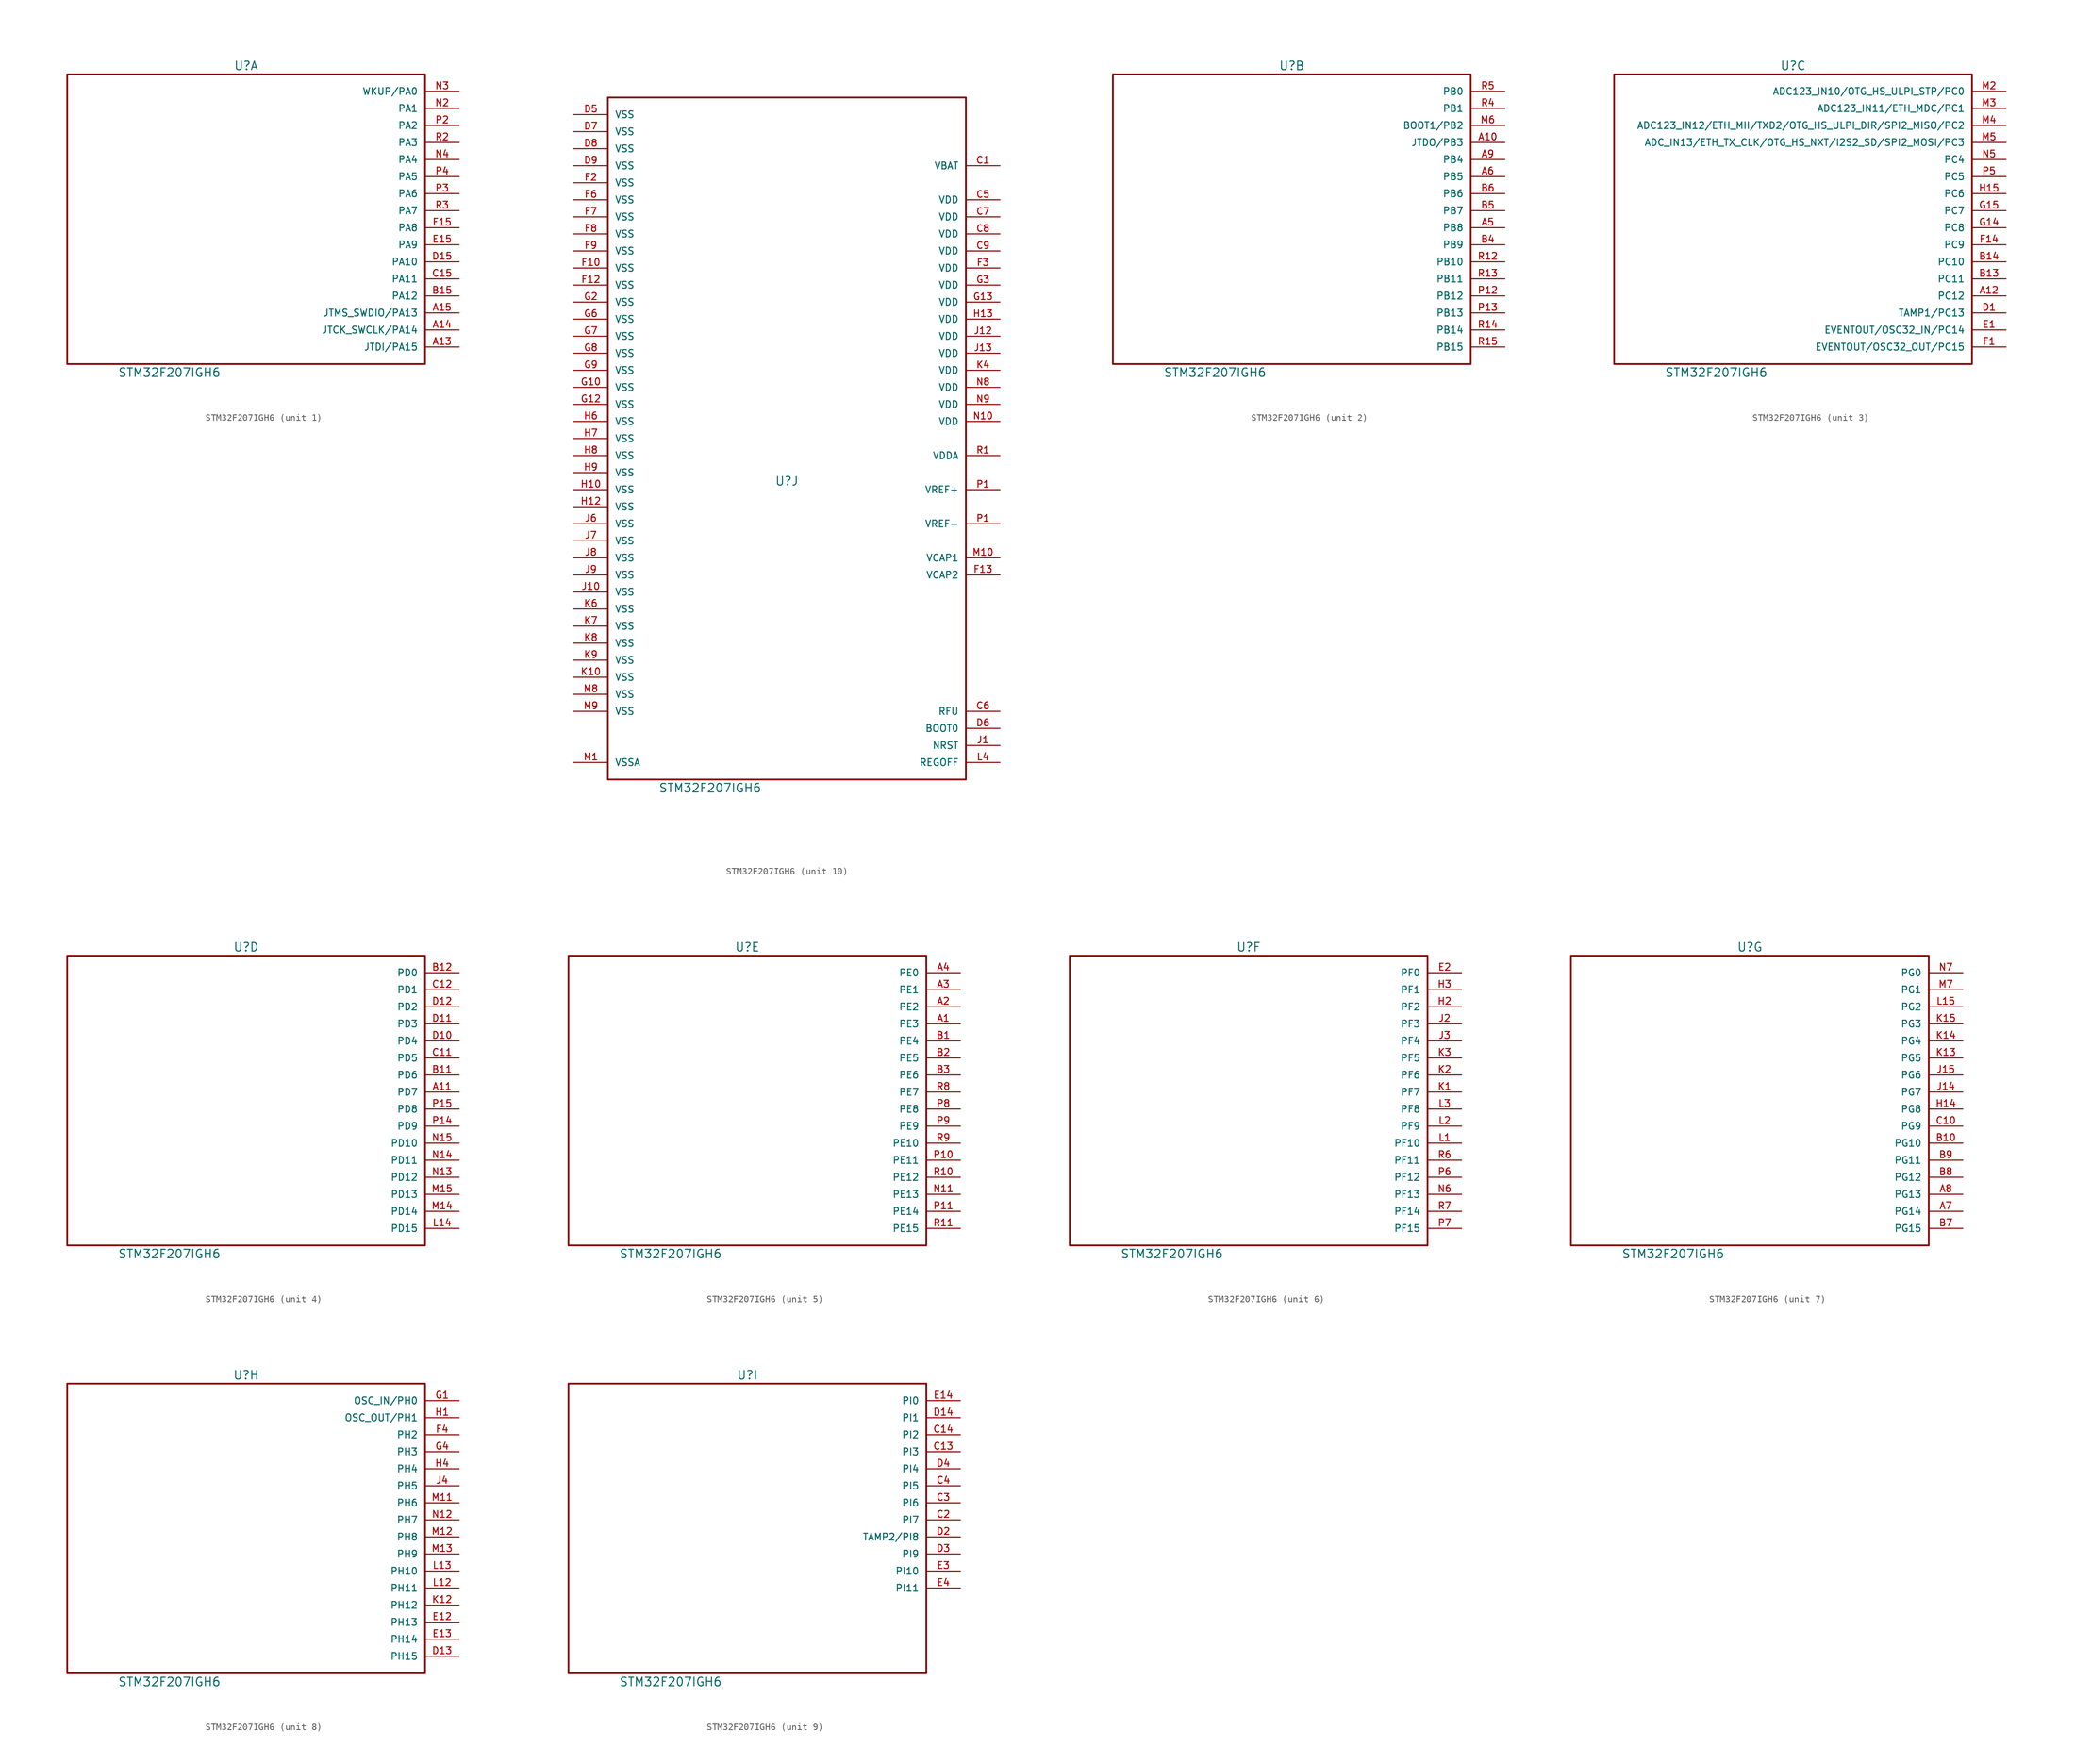
<source format=kicad_sym>
(kicad_symbol_lib
  (version 20220914)
  (generator kicad_symbol_editor)
  (symbol "STM32F207IGH6"
    (pin_names
      (offset 1.016))
    (property "Reference" "U"
      (at 26.67 44.45 0)
      (effects (font (size 1.27 1.27))))
    (property "Value" "STM32F207IGH6"
      (at 15.24 -1.27 0)
      (effects (font (size 1.27 1.27))))
    (property "ki_locked" ""
      (at 0 0 0)
      (effects (font (size 1.27 1.27))))
    (symbol "STM32F207IGH6_1_1"
      (rectangle (start 0 43.18) (end 53.34 0) (stroke (width 0.254) (type solid)) (fill (type none)))
      (pin bidirectional line (at 58.42 2.54 180) (length 5.08) (name "JTDI/PA15" (effects (font (size 1.016 1.016)))) (number "A13" (effects (font (size 1.016 1.016)))))
      (pin bidirectional line (at 58.42 5.08 180) (length 5.08) (name "JTCK_SWCLK/PA14" (effects (font (size 1.016 1.016)))) (number "A14" (effects (font (size 1.016 1.016)))))
      (pin bidirectional line (at 58.42 7.62 180) (length 5.08) (name "JTMS_SWDIO/PA13" (effects (font (size 1.016 1.016)))) (number "A15" (effects (font (size 1.016 1.016)))))
      (pin bidirectional line (at 58.42 10.16 180) (length 5.08) (name "PA12" (effects (font (size 1.016 1.016)))) (number "B15" (effects (font (size 1.016 1.016)))))
      (pin bidirectional line (at 58.42 12.7 180) (length 5.08) (name "PA11" (effects (font (size 1.016 1.016)))) (number "C15" (effects (font (size 1.016 1.016)))))
      (pin bidirectional line (at 58.42 15.24 180) (length 5.08) (name "PA10" (effects (font (size 1.016 1.016)))) (number "D15" (effects (font (size 1.016 1.016)))))
      (pin bidirectional line (at 58.42 17.78 180) (length 5.08) (name "PA9" (effects (font (size 1.016 1.016)))) (number "E15" (effects (font (size 1.016 1.016)))))
      (pin bidirectional line (at 58.42 20.32 180) (length 5.08) (name "PA8" (effects (font (size 1.016 1.016)))) (number "F15" (effects (font (size 1.016 1.016)))))
      (pin bidirectional line (at 58.42 38.1 180) (length 5.08) (name "PA1" (effects (font (size 1.016 1.016)))) (number "N2" (effects (font (size 1.016 1.016)))))
      (pin bidirectional line (at 58.42 40.64 180) (length 5.08) (name "WKUP/PA0" (effects (font (size 1.016 1.016)))) (number "N3" (effects (font (size 1.016 1.016)))))
      (pin bidirectional line (at 58.42 30.48 180) (length 5.08) (name "PA4" (effects (font (size 1.016 1.016)))) (number "N4" (effects (font (size 1.016 1.016)))))
      (pin bidirectional line (at 58.42 35.56 180) (length 5.08) (name "PA2" (effects (font (size 1.016 1.016)))) (number "P2" (effects (font (size 1.016 1.016)))))
      (pin bidirectional line (at 58.42 25.4 180) (length 5.08) (name "PA6" (effects (font (size 1.016 1.016)))) (number "P3" (effects (font (size 1.016 1.016)))))
      (pin bidirectional line (at 58.42 27.94 180) (length 5.08) (name "PA5" (effects (font (size 1.016 1.016)))) (number "P4" (effects (font (size 1.016 1.016)))))
      (pin bidirectional line (at 58.42 33.02 180) (length 5.08) (name "PA3" (effects (font (size 1.016 1.016)))) (number "R2" (effects (font (size 1.016 1.016)))))
      (pin bidirectional line (at 58.42 22.86 180) (length 5.08) (name "PA7" (effects (font (size 1.016 1.016)))) (number "R3" (effects (font (size 1.016 1.016))))))
    (symbol "STM32F207IGH6_2_1"
      (rectangle (start 53.34 0) (end 0 43.18) (stroke (width 0.254) (type solid)) (fill (type none)))
      (pin bidirectional line (at 58.42 33.02 180) (length 5.08) (name "JTDO/PB3" (effects (font (size 1.016 1.016)))) (number "A10" (effects (font (size 1.016 1.016)))))
      (pin bidirectional line (at 58.42 20.32 180) (length 5.08) (name "PB8" (effects (font (size 1.016 1.016)))) (number "A5" (effects (font (size 1.016 1.016)))))
      (pin bidirectional line (at 58.42 27.94 180) (length 5.08) (name "PB5" (effects (font (size 1.016 1.016)))) (number "A6" (effects (font (size 1.016 1.016)))))
      (pin bidirectional line (at 58.42 30.48 180) (length 5.08) (name "PB4" (effects (font (size 1.016 1.016)))) (number "A9" (effects (font (size 1.016 1.016)))))
      (pin bidirectional line (at 58.42 17.78 180) (length 5.08) (name "PB9" (effects (font (size 1.016 1.016)))) (number "B4" (effects (font (size 1.016 1.016)))))
      (pin bidirectional line (at 58.42 22.86 180) (length 5.08) (name "PB7" (effects (font (size 1.016 1.016)))) (number "B5" (effects (font (size 1.016 1.016)))))
      (pin bidirectional line (at 58.42 25.4 180) (length 5.08) (name "PB6" (effects (font (size 1.016 1.016)))) (number "B6" (effects (font (size 1.016 1.016)))))
      (pin bidirectional line (at 58.42 35.56 180) (length 5.08) (name "BOOT1/PB2" (effects (font (size 1.016 1.016)))) (number "M6" (effects (font (size 1.016 1.016)))))
      (pin bidirectional line (at 58.42 10.16 180) (length 5.08) (name "PB12" (effects (font (size 1.016 1.016)))) (number "P12" (effects (font (size 1.016 1.016)))))
      (pin bidirectional line (at 58.42 7.62 180) (length 5.08) (name "PB13" (effects (font (size 1.016 1.016)))) (number "P13" (effects (font (size 1.016 1.016)))))
      (pin bidirectional line (at 58.42 15.24 180) (length 5.08) (name "PB10" (effects (font (size 1.016 1.016)))) (number "R12" (effects (font (size 1.016 1.016)))))
      (pin bidirectional line (at 58.42 12.7 180) (length 5.08) (name "PB11" (effects (font (size 1.016 1.016)))) (number "R13" (effects (font (size 1.016 1.016)))))
      (pin bidirectional line (at 58.42 5.08 180) (length 5.08) (name "PB14" (effects (font (size 1.016 1.016)))) (number "R14" (effects (font (size 1.016 1.016)))))
      (pin bidirectional line (at 58.42 2.54 180) (length 5.08) (name "PB15" (effects (font (size 1.016 1.016)))) (number "R15" (effects (font (size 1.016 1.016)))))
      (pin bidirectional line (at 58.42 38.1 180) (length 5.08) (name "PB1" (effects (font (size 1.016 1.016)))) (number "R4" (effects (font (size 1.016 1.016)))))
      (pin bidirectional line (at 58.42 40.64 180) (length 5.08) (name "PB0" (effects (font (size 1.016 1.016)))) (number "R5" (effects (font (size 1.016 1.016))))))
    (symbol "STM32F207IGH6_3_1"
      (rectangle (start 53.34 0) (end 0 43.18) (stroke (width 0.254) (type solid)) (fill (type none)))
      (pin bidirectional line (at 58.42 10.16 180) (length 5.08) (name "PC12" (effects (font (size 1.016 1.016)))) (number "A12" (effects (font (size 1.016 1.016)))))
      (pin bidirectional line (at 58.42 12.7 180) (length 5.08) (name "PC11" (effects (font (size 1.016 1.016)))) (number "B13" (effects (font (size 1.016 1.016)))))
      (pin bidirectional line (at 58.42 15.24 180) (length 5.08) (name "PC10" (effects (font (size 1.016 1.016)))) (number "B14" (effects (font (size 1.016 1.016)))))
      (pin bidirectional line (at 58.42 7.62 180) (length 5.08) (name "TAMP1/PC13" (effects (font (size 1.016 1.016)))) (number "D1" (effects (font (size 1.016 1.016)))))
      (pin bidirectional line (at 58.42 5.08 180) (length 5.08) (name "EVENTOUT/OSC32_IN/PC14" (effects (font (size 1.016 1.016)))) (number "E1" (effects (font (size 1.016 1.016)))))
      (pin bidirectional line (at 58.42 2.54 180) (length 5.08) (name "EVENTOUT/OSC32_OUT/PC15" (effects (font (size 1.016 1.016)))) (number "F1" (effects (font (size 1.016 1.016)))))
      (pin bidirectional line (at 58.42 17.78 180) (length 5.08) (name "PC9" (effects (font (size 1.016 1.016)))) (number "F14" (effects (font (size 1.016 1.016)))))
      (pin bidirectional line (at 58.42 20.32 180) (length 5.08) (name "PC8" (effects (font (size 1.016 1.016)))) (number "G14" (effects (font (size 1.016 1.016)))))
      (pin bidirectional line (at 58.42 22.86 180) (length 5.08) (name "PC7" (effects (font (size 1.016 1.016)))) (number "G15" (effects (font (size 1.016 1.016)))))
      (pin bidirectional line (at 58.42 25.4 180) (length 5.08) (name "PC6" (effects (font (size 1.016 1.016)))) (number "H15" (effects (font (size 1.016 1.016)))))
      (pin bidirectional line (at 58.42 40.64 180) (length 5.08) (name "ADC123_IN10/OTG_HS_ULPI_STP/PC0" (effects (font (size 1.016 1.016)))) (number "M2" (effects (font (size 1.016 1.016)))))
      (pin bidirectional line (at 58.42 38.1 180) (length 5.08) (name "ADC123_IN11/ETH_MDC/PC1" (effects (font (size 1.016 1.016)))) (number "M3" (effects (font (size 1.016 1.016)))))
      (pin bidirectional line (at 58.42 35.56 180) (length 5.08) (name "ADC123_IN12/ETH_MII/TXD2/OTG_HS_ULPI_DIR/SPI2_MISO/PC2" (effects (font (size 1.016 1.016)))) (number "M4" (effects (font (size 1.016 1.016)))))
      (pin bidirectional line (at 58.42 33.02 180) (length 5.08) (name "ADC_IN13/ETH_TX_CLK/OTG_HS_NXT/I2S2_SD/SPI2_MOSI/PC3" (effects (font (size 1.016 1.016)))) (number "M5" (effects (font (size 1.016 1.016)))))
      (pin bidirectional line (at 58.42 30.48 180) (length 5.08) (name "PC4" (effects (font (size 1.016 1.016)))) (number "N5" (effects (font (size 1.016 1.016)))))
      (pin bidirectional line (at 58.42 27.94 180) (length 5.08) (name "PC5" (effects (font (size 1.016 1.016)))) (number "P5" (effects (font (size 1.016 1.016))))))
    (symbol "STM32F207IGH6_4_1"
      (rectangle (start 53.34 0) (end 0 43.18) (stroke (width 0.254) (type solid)) (fill (type none)))
      (pin bidirectional line (at 58.42 22.86 180) (length 5.08) (name "PD7" (effects (font (size 1.016 1.016)))) (number "A11" (effects (font (size 1.016 1.016)))))
      (pin bidirectional line (at 58.42 25.4 180) (length 5.08) (name "PD6" (effects (font (size 1.016 1.016)))) (number "B11" (effects (font (size 1.016 1.016)))))
      (pin bidirectional line (at 58.42 40.64 180) (length 5.08) (name "PD0" (effects (font (size 1.016 1.016)))) (number "B12" (effects (font (size 1.016 1.016)))))
      (pin bidirectional line (at 58.42 27.94 180) (length 5.08) (name "PD5" (effects (font (size 1.016 1.016)))) (number "C11" (effects (font (size 1.016 1.016)))))
      (pin bidirectional line (at 58.42 38.1 180) (length 5.08) (name "PD1" (effects (font (size 1.016 1.016)))) (number "C12" (effects (font (size 1.016 1.016)))))
      (pin bidirectional line (at 58.42 30.48 180) (length 5.08) (name "PD4" (effects (font (size 1.016 1.016)))) (number "D10" (effects (font (size 1.016 1.016)))))
      (pin bidirectional line (at 58.42 33.02 180) (length 5.08) (name "PD3" (effects (font (size 1.016 1.016)))) (number "D11" (effects (font (size 1.016 1.016)))))
      (pin bidirectional line (at 58.42 35.56 180) (length 5.08) (name "PD2" (effects (font (size 1.016 1.016)))) (number "D12" (effects (font (size 1.016 1.016)))))
      (pin bidirectional line (at 58.42 2.54 180) (length 5.08) (name "PD15" (effects (font (size 1.016 1.016)))) (number "L14" (effects (font (size 1.016 1.016)))))
      (pin bidirectional line (at 58.42 5.08 180) (length 5.08) (name "PD14" (effects (font (size 1.016 1.016)))) (number "M14" (effects (font (size 1.016 1.016)))))
      (pin bidirectional line (at 58.42 7.62 180) (length 5.08) (name "PD13" (effects (font (size 1.016 1.016)))) (number "M15" (effects (font (size 1.016 1.016)))))
      (pin bidirectional line (at 58.42 10.16 180) (length 5.08) (name "PD12" (effects (font (size 1.016 1.016)))) (number "N13" (effects (font (size 1.016 1.016)))))
      (pin bidirectional line (at 58.42 12.7 180) (length 5.08) (name "PD11" (effects (font (size 1.016 1.016)))) (number "N14" (effects (font (size 1.016 1.016)))))
      (pin bidirectional line (at 58.42 15.24 180) (length 5.08) (name "PD10" (effects (font (size 1.016 1.016)))) (number "N15" (effects (font (size 1.016 1.016)))))
      (pin bidirectional line (at 58.42 17.78 180) (length 5.08) (name "PD9" (effects (font (size 1.016 1.016)))) (number "P14" (effects (font (size 1.016 1.016)))))
      (pin bidirectional line (at 58.42 20.32 180) (length 5.08) (name "PD8" (effects (font (size 1.016 1.016)))) (number "P15" (effects (font (size 1.016 1.016))))))
    (symbol "STM32F207IGH6_5_1"
      (rectangle (start 0 43.18) (end 53.34 0) (stroke (width 0.254) (type solid)) (fill (type none)))
      (pin bidirectional line (at 58.42 33.02 180) (length 5.08) (name "PE3" (effects (font (size 1.016 1.016)))) (number "A1" (effects (font (size 1.016 1.016)))))
      (pin bidirectional line (at 58.42 35.56 180) (length 5.08) (name "PE2" (effects (font (size 1.016 1.016)))) (number "A2" (effects (font (size 1.016 1.016)))))
      (pin bidirectional line (at 58.42 38.1 180) (length 5.08) (name "PE1" (effects (font (size 1.016 1.016)))) (number "A3" (effects (font (size 1.016 1.016)))))
      (pin bidirectional line (at 58.42 40.64 180) (length 5.08) (name "PE0" (effects (font (size 1.016 1.016)))) (number "A4" (effects (font (size 1.016 1.016)))))
      (pin bidirectional line (at 58.42 30.48 180) (length 5.08) (name "PE4" (effects (font (size 1.016 1.016)))) (number "B1" (effects (font (size 1.016 1.016)))))
      (pin bidirectional line (at 58.42 27.94 180) (length 5.08) (name "PE5" (effects (font (size 1.016 1.016)))) (number "B2" (effects (font (size 1.016 1.016)))))
      (pin bidirectional line (at 58.42 25.4 180) (length 5.08) (name "PE6" (effects (font (size 1.016 1.016)))) (number "B3" (effects (font (size 1.016 1.016)))))
      (pin bidirectional line (at 58.42 7.62 180) (length 5.08) (name "PE13" (effects (font (size 1.016 1.016)))) (number "N11" (effects (font (size 1.016 1.016)))))
      (pin bidirectional line (at 58.42 12.7 180) (length 5.08) (name "PE11" (effects (font (size 1.016 1.016)))) (number "P10" (effects (font (size 1.016 1.016)))))
      (pin bidirectional line (at 58.42 5.08 180) (length 5.08) (name "PE14" (effects (font (size 1.016 1.016)))) (number "P11" (effects (font (size 1.016 1.016)))))
      (pin bidirectional line (at 58.42 20.32 180) (length 5.08) (name "PE8" (effects (font (size 1.016 1.016)))) (number "P8" (effects (font (size 1.016 1.016)))))
      (pin bidirectional line (at 58.42 17.78 180) (length 5.08) (name "PE9" (effects (font (size 1.016 1.016)))) (number "P9" (effects (font (size 1.016 1.016)))))
      (pin bidirectional line (at 58.42 10.16 180) (length 5.08) (name "PE12" (effects (font (size 1.016 1.016)))) (number "R10" (effects (font (size 1.016 1.016)))))
      (pin bidirectional line (at 58.42 2.54 180) (length 5.08) (name "PE15" (effects (font (size 1.016 1.016)))) (number "R11" (effects (font (size 1.016 1.016)))))
      (pin bidirectional line (at 58.42 22.86 180) (length 5.08) (name "PE7" (effects (font (size 1.016 1.016)))) (number "R8" (effects (font (size 1.016 1.016)))))
      (pin bidirectional line (at 58.42 15.24 180) (length 5.08) (name "PE10" (effects (font (size 1.016 1.016)))) (number "R9" (effects (font (size 1.016 1.016))))))
    (symbol "STM32F207IGH6_6_1"
      (rectangle (start 0 43.18) (end 53.34 0) (stroke (width 0.254) (type solid)) (fill (type none)))
      (pin bidirectional line (at 58.42 40.64 180) (length 5.08) (name "PF0" (effects (font (size 1.016 1.016)))) (number "E2" (effects (font (size 1.016 1.016)))))
      (pin bidirectional line (at 58.42 35.56 180) (length 5.08) (name "PF2" (effects (font (size 1.016 1.016)))) (number "H2" (effects (font (size 1.016 1.016)))))
      (pin bidirectional line (at 58.42 38.1 180) (length 5.08) (name "PF1" (effects (font (size 1.016 1.016)))) (number "H3" (effects (font (size 1.016 1.016)))))
      (pin bidirectional line (at 58.42 33.02 180) (length 5.08) (name "PF3" (effects (font (size 1.016 1.016)))) (number "J2" (effects (font (size 1.016 1.016)))))
      (pin bidirectional line (at 58.42 30.48 180) (length 5.08) (name "PF4" (effects (font (size 1.016 1.016)))) (number "J3" (effects (font (size 1.016 1.016)))))
      (pin bidirectional line (at 58.42 22.86 180) (length 5.08) (name "PF7" (effects (font (size 1.016 1.016)))) (number "K1" (effects (font (size 1.016 1.016)))))
      (pin bidirectional line (at 58.42 25.4 180) (length 5.08) (name "PF6" (effects (font (size 1.016 1.016)))) (number "K2" (effects (font (size 1.016 1.016)))))
      (pin bidirectional line (at 58.42 27.94 180) (length 5.08) (name "PF5" (effects (font (size 1.016 1.016)))) (number "K3" (effects (font (size 1.016 1.016)))))
      (pin bidirectional line (at 58.42 15.24 180) (length 5.08) (name "PF10" (effects (font (size 1.016 1.016)))) (number "L1" (effects (font (size 1.016 1.016)))))
      (pin bidirectional line (at 58.42 17.78 180) (length 5.08) (name "PF9" (effects (font (size 1.016 1.016)))) (number "L2" (effects (font (size 1.016 1.016)))))
      (pin bidirectional line (at 58.42 20.32 180) (length 5.08) (name "PF8" (effects (font (size 1.016 1.016)))) (number "L3" (effects (font (size 1.016 1.016)))))
      (pin bidirectional line (at 58.42 7.62 180) (length 5.08) (name "PF13" (effects (font (size 1.016 1.016)))) (number "N6" (effects (font (size 1.016 1.016)))))
      (pin bidirectional line (at 58.42 10.16 180) (length 5.08) (name "PF12" (effects (font (size 1.016 1.016)))) (number "P6" (effects (font (size 1.016 1.016)))))
      (pin bidirectional line (at 58.42 2.54 180) (length 5.08) (name "PF15" (effects (font (size 1.016 1.016)))) (number "P7" (effects (font (size 1.016 1.016)))))
      (pin bidirectional line (at 58.42 12.7 180) (length 5.08) (name "PF11" (effects (font (size 1.016 1.016)))) (number "R6" (effects (font (size 1.016 1.016)))))
      (pin bidirectional line (at 58.42 5.08 180) (length 5.08) (name "PF14" (effects (font (size 1.016 1.016)))) (number "R7" (effects (font (size 1.016 1.016))))))
    (symbol "STM32F207IGH6_7_1"
      (rectangle (start 0 43.18) (end 53.34 0) (stroke (width 0.254) (type solid)) (fill (type none)))
      (pin bidirectional line (at 58.42 5.08 180) (length 5.08) (name "PG14" (effects (font (size 1.016 1.016)))) (number "A7" (effects (font (size 1.016 1.016)))))
      (pin bidirectional line (at 58.42 7.62 180) (length 5.08) (name "PG13" (effects (font (size 1.016 1.016)))) (number "A8" (effects (font (size 1.016 1.016)))))
      (pin bidirectional line (at 58.42 15.24 180) (length 5.08) (name "PG10" (effects (font (size 1.016 1.016)))) (number "B10" (effects (font (size 1.016 1.016)))))
      (pin bidirectional line (at 58.42 2.54 180) (length 5.08) (name "PG15" (effects (font (size 1.016 1.016)))) (number "B7" (effects (font (size 1.016 1.016)))))
      (pin bidirectional line (at 58.42 10.16 180) (length 5.08) (name "PG12" (effects (font (size 1.016 1.016)))) (number "B8" (effects (font (size 1.016 1.016)))))
      (pin bidirectional line (at 58.42 12.7 180) (length 5.08) (name "PG11" (effects (font (size 1.016 1.016)))) (number "B9" (effects (font (size 1.016 1.016)))))
      (pin bidirectional line (at 58.42 17.78 180) (length 5.08) (name "PG9" (effects (font (size 1.016 1.016)))) (number "C10" (effects (font (size 1.016 1.016)))))
      (pin bidirectional line (at 58.42 20.32 180) (length 5.08) (name "PG8" (effects (font (size 1.016 1.016)))) (number "H14" (effects (font (size 1.016 1.016)))))
      (pin bidirectional line (at 58.42 22.86 180) (length 5.08) (name "PG7" (effects (font (size 1.016 1.016)))) (number "J14" (effects (font (size 1.016 1.016)))))
      (pin bidirectional line (at 58.42 25.4 180) (length 5.08) (name "PG6" (effects (font (size 1.016 1.016)))) (number "J15" (effects (font (size 1.016 1.016)))))
      (pin bidirectional line (at 58.42 27.94 180) (length 5.08) (name "PG5" (effects (font (size 1.016 1.016)))) (number "K13" (effects (font (size 1.016 1.016)))))
      (pin bidirectional line (at 58.42 30.48 180) (length 5.08) (name "PG4" (effects (font (size 1.016 1.016)))) (number "K14" (effects (font (size 1.016 1.016)))))
      (pin bidirectional line (at 58.42 33.02 180) (length 5.08) (name "PG3" (effects (font (size 1.016 1.016)))) (number "K15" (effects (font (size 1.016 1.016)))))
      (pin bidirectional line (at 58.42 35.56 180) (length 5.08) (name "PG2" (effects (font (size 1.016 1.016)))) (number "L15" (effects (font (size 1.016 1.016)))))
      (pin bidirectional line (at 58.42 38.1 180) (length 5.08) (name "PG1" (effects (font (size 1.016 1.016)))) (number "M7" (effects (font (size 1.016 1.016)))))
      (pin bidirectional line (at 58.42 40.64 180) (length 5.08) (name "PG0" (effects (font (size 1.016 1.016)))) (number "N7" (effects (font (size 1.016 1.016))))))
    (symbol "STM32F207IGH6_8_1"
      (rectangle (start 0 43.18) (end 53.34 0) (stroke (width 0.254) (type solid)) (fill (type none)))
      (pin bidirectional line (at 58.42 2.54 180) (length 5.08) (name "PH15" (effects (font (size 1.016 1.016)))) (number "D13" (effects (font (size 1.016 1.016)))))
      (pin bidirectional line (at 58.42 7.62 180) (length 5.08) (name "PH13" (effects (font (size 1.016 1.016)))) (number "E12" (effects (font (size 1.016 1.016)))))
      (pin bidirectional line (at 58.42 5.08 180) (length 5.08) (name "PH14" (effects (font (size 1.016 1.016)))) (number "E13" (effects (font (size 1.016 1.016)))))
      (pin bidirectional line (at 58.42 35.56 180) (length 5.08) (name "PH2" (effects (font (size 1.016 1.016)))) (number "F4" (effects (font (size 1.016 1.016)))))
      (pin bidirectional line (at 58.42 40.64 180) (length 5.08) (name "OSC_IN/PH0" (effects (font (size 1.016 1.016)))) (number "G1" (effects (font (size 1.016 1.016)))))
      (pin bidirectional line (at 58.42 33.02 180) (length 5.08) (name "PH3" (effects (font (size 1.016 1.016)))) (number "G4" (effects (font (size 1.016 1.016)))))
      (pin bidirectional line (at 58.42 38.1 180) (length 5.08) (name "OSC_OUT/PH1" (effects (font (size 1.016 1.016)))) (number "H1" (effects (font (size 1.016 1.016)))))
      (pin bidirectional line (at 58.42 30.48 180) (length 5.08) (name "PH4" (effects (font (size 1.016 1.016)))) (number "H4" (effects (font (size 1.016 1.016)))))
      (pin bidirectional line (at 58.42 27.94 180) (length 5.08) (name "PH5" (effects (font (size 1.016 1.016)))) (number "J4" (effects (font (size 1.016 1.016)))))
      (pin bidirectional line (at 58.42 10.16 180) (length 5.08) (name "PH12" (effects (font (size 1.016 1.016)))) (number "K12" (effects (font (size 1.016 1.016)))))
      (pin bidirectional line (at 58.42 12.7 180) (length 5.08) (name "PH11" (effects (font (size 1.016 1.016)))) (number "L12" (effects (font (size 1.016 1.016)))))
      (pin bidirectional line (at 58.42 15.24 180) (length 5.08) (name "PH10" (effects (font (size 1.016 1.016)))) (number "L13" (effects (font (size 1.016 1.016)))))
      (pin bidirectional line (at 58.42 25.4 180) (length 5.08) (name "PH6" (effects (font (size 1.016 1.016)))) (number "M11" (effects (font (size 1.016 1.016)))))
      (pin bidirectional line (at 58.42 20.32 180) (length 5.08) (name "PH8" (effects (font (size 1.016 1.016)))) (number "M12" (effects (font (size 1.016 1.016)))))
      (pin bidirectional line (at 58.42 17.78 180) (length 5.08) (name "PH9" (effects (font (size 1.016 1.016)))) (number "M13" (effects (font (size 1.016 1.016)))))
      (pin bidirectional line (at 58.42 22.86 180) (length 5.08) (name "PH7" (effects (font (size 1.016 1.016)))) (number "N12" (effects (font (size 1.016 1.016))))))
    (symbol "STM32F207IGH6_9_1"
      (rectangle (start 0 43.18) (end 53.34 0) (stroke (width 0.254) (type solid)) (fill (type none)))
      (pin bidirectional line (at 58.42 33.02 180) (length 5.08) (name "PI3" (effects (font (size 1.016 1.016)))) (number "C13" (effects (font (size 1.016 1.016)))))
      (pin bidirectional line (at 58.42 35.56 180) (length 5.08) (name "PI2" (effects (font (size 1.016 1.016)))) (number "C14" (effects (font (size 1.016 1.016)))))
      (pin bidirectional line (at 58.42 22.86 180) (length 5.08) (name "PI7" (effects (font (size 1.016 1.016)))) (number "C2" (effects (font (size 1.016 1.016)))))
      (pin bidirectional line (at 58.42 25.4 180) (length 5.08) (name "PI6" (effects (font (size 1.016 1.016)))) (number "C3" (effects (font (size 1.016 1.016)))))
      (pin bidirectional line (at 58.42 27.94 180) (length 5.08) (name "PI5" (effects (font (size 1.016 1.016)))) (number "C4" (effects (font (size 1.016 1.016)))))
      (pin bidirectional line (at 58.42 38.1 180) (length 5.08) (name "PI1" (effects (font (size 1.016 1.016)))) (number "D14" (effects (font (size 1.016 1.016)))))
      (pin bidirectional line (at 58.42 20.32 180) (length 5.08) (name "TAMP2/PI8" (effects (font (size 1.016 1.016)))) (number "D2" (effects (font (size 1.016 1.016)))))
      (pin bidirectional line (at 58.42 17.78 180) (length 5.08) (name "PI9" (effects (font (size 1.016 1.016)))) (number "D3" (effects (font (size 1.016 1.016)))))
      (pin bidirectional line (at 58.42 30.48 180) (length 5.08) (name "PI4" (effects (font (size 1.016 1.016)))) (number "D4" (effects (font (size 1.016 1.016)))))
      (pin bidirectional line (at 58.42 40.64 180) (length 5.08) (name "PI0" (effects (font (size 1.016 1.016)))) (number "E14" (effects (font (size 1.016 1.016)))))
      (pin bidirectional line (at 58.42 15.24 180) (length 5.08) (name "PI10" (effects (font (size 1.016 1.016)))) (number "E3" (effects (font (size 1.016 1.016)))))
      (pin bidirectional line (at 58.42 12.7 180) (length 5.08) (name "PI11" (effects (font (size 1.016 1.016)))) (number "E4" (effects (font (size 1.016 1.016))))))
    (symbol "STM32F207IGH6_10_1"
      (rectangle (start 0 101.6) (end 53.34 0) (stroke (width 0.254) (type solid)) (fill (type none)))
      (pin power_in line (at 58.42 91.44 180) (length 5.08) (name "VBAT" (effects (font (size 1.016 1.016)))) (number "C1" (effects (font (size 1.016 1.016)))))
      (pin power_in line (at 58.42 86.36 180) (length 5.08) (name "VDD" (effects (font (size 1.016 1.016)))) (number "C5" (effects (font (size 0.991 0.991)))))
      (pin bidirectional line (at 58.42 10.16 180) (length 5.08) (name "RFU" (effects (font (size 1.016 1.016)))) (number "C6" (effects (font (size 1.016 1.016)))))
      (pin power_in line (at 58.42 83.82 180) (length 5.08) (name "VDD" (effects (font (size 1.016 1.016)))) (number "C7" (effects (font (size 0.991 0.991)))))
      (pin power_in line (at 58.42 81.28 180) (length 5.08) (name "VDD" (effects (font (size 1.016 1.016)))) (number "C8" (effects (font (size 0.991 0.991)))))
      (pin power_in line (at 58.42 78.74 180) (length 5.08) (name "VDD" (effects (font (size 1.016 1.016)))) (number "C9" (effects (font (size 0.991 0.991)))))
      (pin power_in line (at -5.08 99.06 0) (length 5.08) (name "VSS" (effects (font (size 1.016 1.016)))) (number "D5" (effects (font (size 1.016 1.016)))))
      (pin bidirectional line (at 58.42 7.62 180) (length 5.08) (name "BOOT0" (effects (font (size 1.016 1.016)))) (number "D6" (effects (font (size 1.016 1.016)))))
      (pin power_in line (at -5.08 96.52 0) (length 5.08) (name "VSS" (effects (font (size 1.016 1.016)))) (number "D7" (effects (font (size 1.016 1.016)))))
      (pin power_in line (at -5.08 93.98 0) (length 5.08) (name "VSS" (effects (font (size 1.016 1.016)))) (number "D8" (effects (font (size 1.016 1.016)))))
      (pin power_in line (at -5.08 91.44 0) (length 5.08) (name "VSS" (effects (font (size 1.016 1.016)))) (number "D9" (effects (font (size 1.016 1.016)))))
      (pin power_in line (at -5.08 76.2 0) (length 5.08) (name "VSS" (effects (font (size 1.016 1.016)))) (number "F10" (effects (font (size 1.016 1.016)))))
      (pin power_in line (at -5.08 73.66 0) (length 5.08) (name "VSS" (effects (font (size 1.016 1.016)))) (number "F12" (effects (font (size 1.016 1.016)))))
      (pin power_out line (at 58.42 30.48 180) (length 5.08) (name "VCAP2" (effects (font (size 1.016 1.016)))) (number "F13" (effects (font (size 1.016 1.016)))))
      (pin power_in line (at -5.08 88.9 0) (length 5.08) (name "VSS" (effects (font (size 1.016 1.016)))) (number "F2" (effects (font (size 1.016 1.016)))))
      (pin power_in line (at 58.42 76.2 180) (length 5.08) (name "VDD" (effects (font (size 1.016 1.016)))) (number "F3" (effects (font (size 0.991 0.991)))))
      (pin power_in line (at -5.08 86.36 0) (length 5.08) (name "VSS" (effects (font (size 1.016 1.016)))) (number "F6" (effects (font (size 1.016 1.016)))))
      (pin power_in line (at -5.08 83.82 0) (length 5.08) (name "VSS" (effects (font (size 1.016 1.016)))) (number "F7" (effects (font (size 1.016 1.016)))))
      (pin power_in line (at -5.08 81.28 0) (length 5.08) (name "VSS" (effects (font (size 1.016 1.016)))) (number "F8" (effects (font (size 1.016 1.016)))))
      (pin power_in line (at -5.08 78.74 0) (length 5.08) (name "VSS" (effects (font (size 1.016 1.016)))) (number "F9" (effects (font (size 1.016 1.016)))))
      (pin power_in line (at -5.08 58.42 0) (length 5.08) (name "VSS" (effects (font (size 1.016 1.016)))) (number "G10" (effects (font (size 1.016 1.016)))))
      (pin power_in line (at -5.08 55.88 0) (length 5.08) (name "VSS" (effects (font (size 1.016 1.016)))) (number "G12" (effects (font (size 1.016 1.016)))))
      (pin power_in line (at 58.42 71.12 180) (length 5.08) (name "VDD" (effects (font (size 1.016 1.016)))) (number "G13" (effects (font (size 0.991 0.991)))))
      (pin power_in line (at -5.08 71.12 0) (length 5.08) (name "VSS" (effects (font (size 1.016 1.016)))) (number "G2" (effects (font (size 1.016 1.016)))))
      (pin power_in line (at 58.42 73.66 180) (length 5.08) (name "VDD" (effects (font (size 1.016 1.016)))) (number "G3" (effects (font (size 0.991 0.991)))))
      (pin power_in line (at -5.08 68.58 0) (length 5.08) (name "VSS" (effects (font (size 1.016 1.016)))) (number "G6" (effects (font (size 1.016 1.016)))))
      (pin power_in line (at -5.08 66.04 0) (length 5.08) (name "VSS" (effects (font (size 1.016 1.016)))) (number "G7" (effects (font (size 1.016 1.016)))))
      (pin power_in line (at -5.08 63.5 0) (length 5.08) (name "VSS" (effects (font (size 1.016 1.016)))) (number "G8" (effects (font (size 1.016 1.016)))))
      (pin power_in line (at -5.08 60.96 0) (length 5.08) (name "VSS" (effects (font (size 1.016 1.016)))) (number "G9" (effects (font (size 1.016 1.016)))))
      (pin power_in line (at -5.08 43.18 0) (length 5.08) (name "VSS" (effects (font (size 1.016 1.016)))) (number "H10" (effects (font (size 1.016 1.016)))))
      (pin power_in line (at -5.08 40.64 0) (length 5.08) (name "VSS" (effects (font (size 1.016 1.016)))) (number "H12" (effects (font (size 1.016 1.016)))))
      (pin power_in line (at 58.42 68.58 180) (length 5.08) (name "VDD" (effects (font (size 1.016 1.016)))) (number "H13" (effects (font (size 0.991 0.991)))))
      (pin power_in line (at -5.08 53.34 0) (length 5.08) (name "VSS" (effects (font (size 1.016 1.016)))) (number "H6" (effects (font (size 1.016 1.016)))))
      (pin power_in line (at -5.08 50.8 0) (length 5.08) (name "VSS" (effects (font (size 1.016 1.016)))) (number "H7" (effects (font (size 1.016 1.016)))))
      (pin power_in line (at -5.08 48.26 0) (length 5.08) (name "VSS" (effects (font (size 1.016 1.016)))) (number "H8" (effects (font (size 1.016 1.016)))))
      (pin power_in line (at -5.08 45.72 0) (length 5.08) (name "VSS" (effects (font (size 1.016 1.016)))) (number "H9" (effects (font (size 1.016 1.016)))))
      (pin bidirectional line (at 58.42 5.08 180) (length 5.08) (name "NRST" (effects (font (size 1.016 1.016)))) (number "J1" (effects (font (size 1.016 1.016)))))
      (pin power_in line (at -5.08 27.94 0) (length 5.08) (name "VSS" (effects (font (size 1.016 1.016)))) (number "J10" (effects (font (size 1.016 1.016)))))
      (pin power_in line (at 58.42 66.04 180) (length 5.08) (name "VDD" (effects (font (size 1.016 1.016)))) (number "J12" (effects (font (size 0.991 0.991)))))
      (pin power_in line (at 58.42 63.5 180) (length 5.08) (name "VDD" (effects (font (size 1.016 1.016)))) (number "J13" (effects (font (size 0.991 0.991)))))
      (pin power_in line (at -5.08 38.1 0) (length 5.08) (name "VSS" (effects (font (size 1.016 1.016)))) (number "J6" (effects (font (size 1.016 1.016)))))
      (pin power_in line (at -5.08 35.56 0) (length 5.08) (name "VSS" (effects (font (size 1.016 1.016)))) (number "J7" (effects (font (size 1.016 1.016)))))
      (pin power_in line (at -5.08 33.02 0) (length 5.08) (name "VSS" (effects (font (size 1.016 1.016)))) (number "J8" (effects (font (size 1.016 1.016)))))
      (pin power_in line (at -5.08 30.48 0) (length 5.08) (name "VSS" (effects (font (size 1.016 1.016)))) (number "J9" (effects (font (size 1.016 1.016)))))
      (pin power_in line (at -5.08 15.24 0) (length 5.08) (name "VSS" (effects (font (size 1.016 1.016)))) (number "K10" (effects (font (size 1.016 1.016)))))
      (pin power_in line (at 58.42 60.96 180) (length 5.08) (name "VDD" (effects (font (size 1.016 1.016)))) (number "K4" (effects (font (size 0.991 0.991)))))
      (pin power_in line (at -5.08 25.4 0) (length 5.08) (name "VSS" (effects (font (size 1.016 1.016)))) (number "K6" (effects (font (size 1.016 1.016)))))
      (pin power_in line (at -5.08 22.86 0) (length 5.08) (name "VSS" (effects (font (size 1.016 1.016)))) (number "K7" (effects (font (size 1.016 1.016)))))
      (pin power_in line (at -5.08 20.32 0) (length 5.08) (name "VSS" (effects (font (size 1.016 1.016)))) (number "K8" (effects (font (size 1.016 1.016)))))
      (pin power_in line (at -5.08 17.78 0) (length 5.08) (name "VSS" (effects (font (size 1.016 1.016)))) (number "K9" (effects (font (size 1.016 1.016)))))
      (pin bidirectional line (at 58.42 2.54 180) (length 5.08) (name "REGOFF" (effects (font (size 1.016 1.016)))) (number "L4" (effects (font (size 1.016 1.016)))))
      (pin power_in line (at -5.08 2.54 0) (length 5.08) (name "VSSA" (effects (font (size 1.016 1.016)))) (number "M1" (effects (font (size 1.016 1.016)))))
      (pin power_out line (at 58.42 33.02 180) (length 5.08) (name "VCAP1" (effects (font (size 1.016 1.016)))) (number "M10" (effects (font (size 1.016 1.016)))))
      (pin power_in line (at -5.08 12.7 0) (length 5.08) (name "VSS" (effects (font (size 1.016 1.016)))) (number "M8" (effects (font (size 1.016 1.016)))))
      (pin power_in line (at -5.08 10.16 0) (length 5.08) (name "VSS" (effects (font (size 1.016 1.016)))) (number "M9" (effects (font (size 1.016 1.016)))))
      (pin power_in line (at 58.42 53.34 180) (length 5.08) (name "VDD" (effects (font (size 1.016 1.016)))) (number "N10" (effects (font (size 0.991 0.991)))))
      (pin power_in line (at 58.42 58.42 180) (length 5.08) (name "VDD" (effects (font (size 1.016 1.016)))) (number "N8" (effects (font (size 0.991 0.991)))))
      (pin power_in line (at 58.42 55.88 180) (length 5.08) (name "VDD" (effects (font (size 1.016 1.016)))) (number "N9" (effects (font (size 0.991 0.991)))))
      (pin power_in line (at 58.42 43.18 180) (length 5.08) (name "VREF+" (effects (font (size 1.016 1.016)))) (number "P1" (effects (font (size 0.991 0.991)))))
      (pin power_in line (at 58.42 38.1 180) (length 5.08) (name "VREF-" (effects (font (size 1.016 1.016)))) (number "P1" (effects (font (size 0.991 0.991)))))
      (pin power_in line (at 58.42 48.26 180) (length 5.08) (name "VDDA" (effects (font (size 1.016 1.016)))) (number "R1" (effects (font (size 0.991 0.991))))))))
</source>
